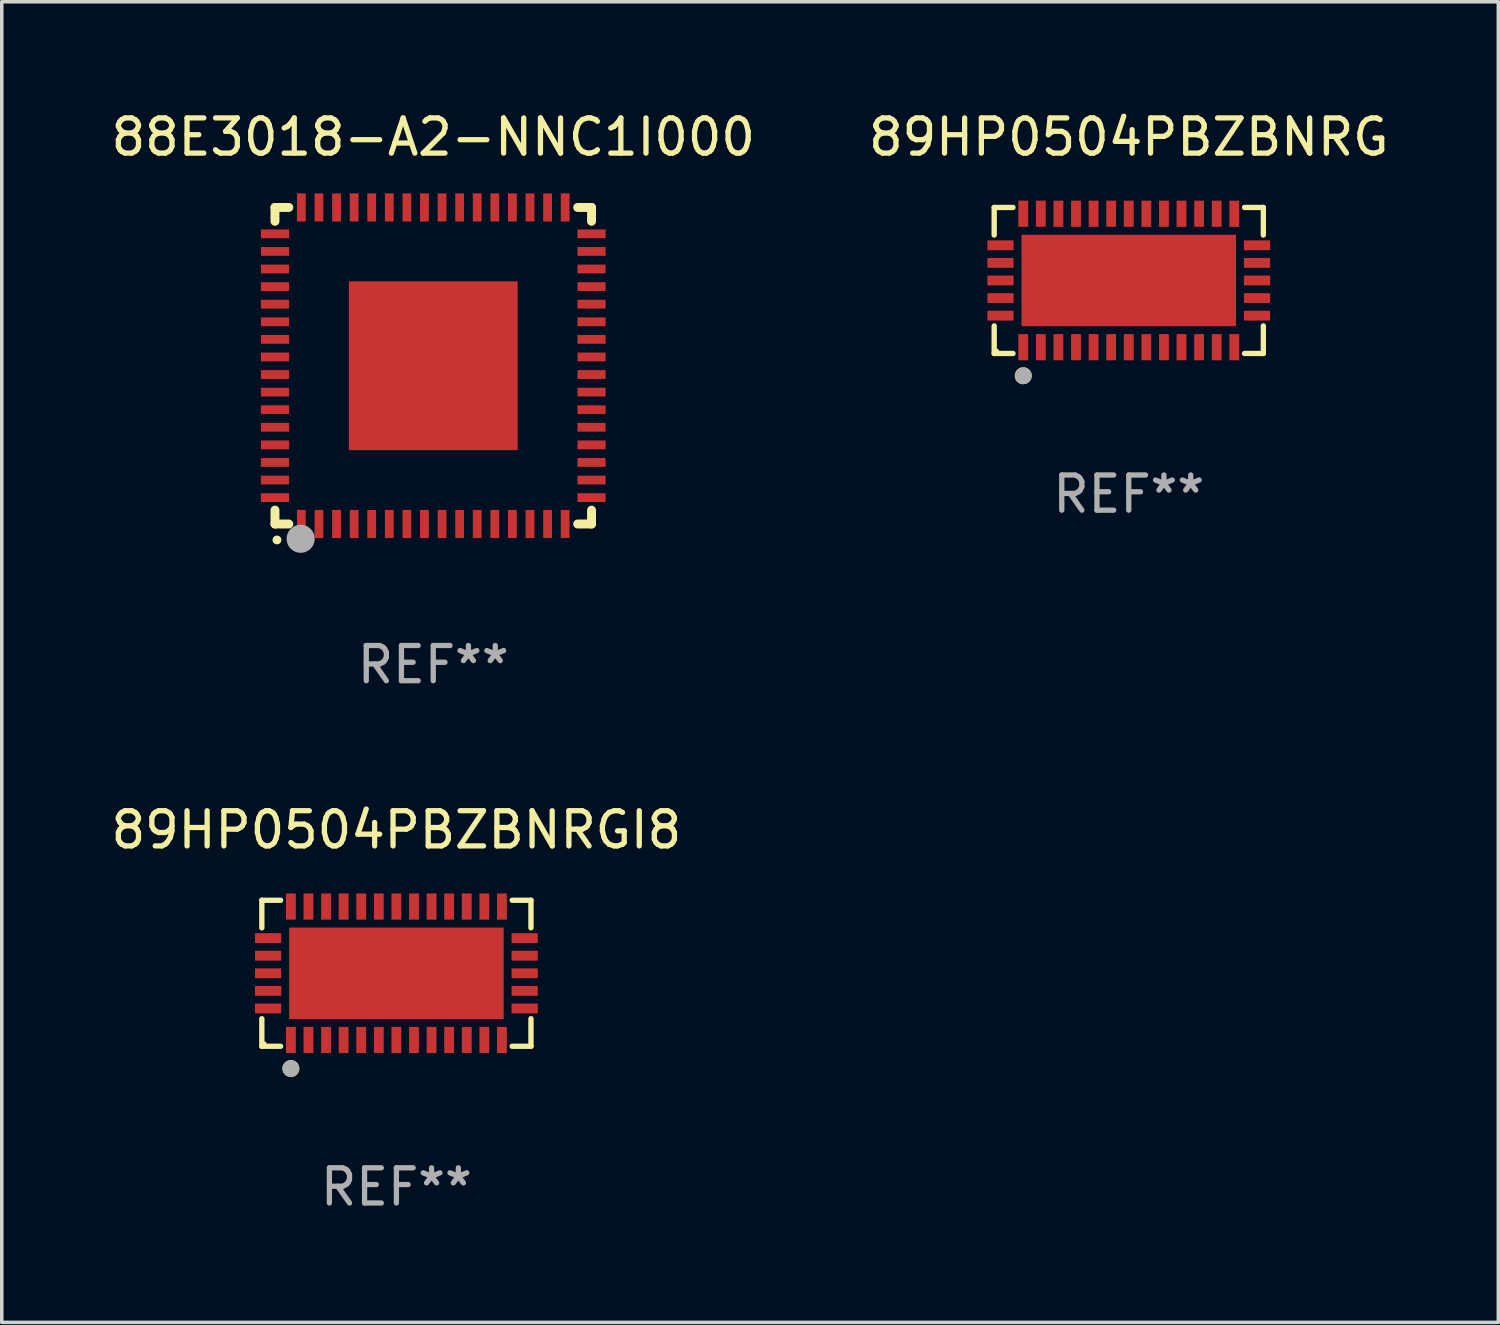
<source format=kicad_pcb>
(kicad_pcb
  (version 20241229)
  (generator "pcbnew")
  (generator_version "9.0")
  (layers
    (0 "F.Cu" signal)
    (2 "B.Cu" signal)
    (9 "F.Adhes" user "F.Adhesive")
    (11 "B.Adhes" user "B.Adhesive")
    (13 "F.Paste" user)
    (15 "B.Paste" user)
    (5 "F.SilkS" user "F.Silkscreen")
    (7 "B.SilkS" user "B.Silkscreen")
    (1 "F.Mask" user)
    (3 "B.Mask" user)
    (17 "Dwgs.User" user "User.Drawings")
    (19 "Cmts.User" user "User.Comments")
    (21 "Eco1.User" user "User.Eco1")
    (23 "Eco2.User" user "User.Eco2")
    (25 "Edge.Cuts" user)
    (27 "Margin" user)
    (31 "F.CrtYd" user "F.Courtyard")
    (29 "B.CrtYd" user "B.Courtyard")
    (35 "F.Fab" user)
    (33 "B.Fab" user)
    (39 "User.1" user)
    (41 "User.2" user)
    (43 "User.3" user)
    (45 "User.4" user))
  (footprint "89HP0504PBZBNRG"
    (layer "F.Cu")
    (at 29.042 4.924)
    (property "Reference" "89HP0504PBZBNRG" (at 0 -4.076 0) (layer "F.SilkS") (effects (font (size 1 1) (thickness 0.15))))
    (attr through_hole)
    (fp_line (start -3.826 -2.076) (end -3.826 -1.292) (stroke (width 0.152) (type solid)) (layer "F.SilkS"))
    (fp_line (start -3.826 2.076) (end -3.826 1.292) (stroke (width 0.152) (type solid)) (layer "F.SilkS"))
    (fp_line (start -3.292 -2.076) (end -3.826 -2.076) (stroke (width 0.152) (type solid)) (layer "F.SilkS"))
    (fp_line (start -3.292 2.076) (end -3.826 2.076) (stroke (width 0.152) (type solid)) (layer "F.SilkS"))
    (fp_line (start 3.292 -2.076) (end 3.826 -2.076) (stroke (width 0.152) (type solid)) (layer "F.SilkS"))
    (fp_line (start 3.292 2.076) (end 3.826 2.076) (stroke (width 0.152) (type solid)) (layer "F.SilkS"))
    (fp_line (start 3.826 -2.076) (end 3.826 -1.292) (stroke (width 0.152) (type solid)) (layer "F.SilkS"))
    (fp_line (start 3.826 2.076) (end 3.826 1.292) (stroke (width 0.152) (type solid)) (layer "F.SilkS"))
    (fp_circle (center -3.75 2) (end -3.72 2) (stroke (width 0.06) (type solid)) (fill no) (layer "F.SilkS"))
    (fp_circle (center -3 2.709) (end -2.88 2.709) (stroke (width 0.24) (type solid)) (fill no) (layer "F.SilkS"))
    (fp_circle (center -3 2.709) (end -2.88 2.709) (stroke (width 0.24) (type solid)) (fill no) (layer "F.Fab"))
    (fp_text user "REF**" (at 0 6.076 0) (layer "F.Fab") (effects (font (size 1 1) (thickness 0.15))))
    (pad "1" smd rect (at -3 1.897) (size 0.28 0.745) (layers "F.Cu" "F.Mask" "F.Paste"))
    (pad "2" smd rect (at -2.5 1.897) (size 0.28 0.745) (layers "F.Cu" "F.Mask" "F.Paste"))
    (pad "3" smd rect (at -2 1.897) (size 0.28 0.745) (layers "F.Cu" "F.Mask" "F.Paste"))
    (pad "4" smd rect (at -1.5 1.897) (size 0.28 0.745) (layers "F.Cu" "F.Mask" "F.Paste"))
    (pad "5" smd rect (at -1 1.897) (size 0.28 0.745) (layers "F.Cu" "F.Mask" "F.Paste"))
    (pad "6" smd rect (at -0.5 1.897) (size 0.28 0.745) (layers "F.Cu" "F.Mask" "F.Paste"))
    (pad "7" smd rect (at 0 1.897) (size 0.28 0.745) (layers "F.Cu" "F.Mask" "F.Paste"))
    (pad "8" smd rect (at 0.5 1.897) (size 0.28 0.745) (layers "F.Cu" "F.Mask" "F.Paste"))
    (pad "9" smd rect (at 1 1.897) (size 0.28 0.745) (layers "F.Cu" "F.Mask" "F.Paste"))
    (pad "10" smd rect (at 1.5 1.897) (size 0.28 0.745) (layers "F.Cu" "F.Mask" "F.Paste"))
    (pad "11" smd rect (at 2 1.897) (size 0.28 0.745) (layers "F.Cu" "F.Mask" "F.Paste"))
    (pad "12" smd rect (at 2.5 1.897) (size 0.28 0.745) (layers "F.Cu" "F.Mask" "F.Paste"))
    (pad "13" smd rect (at 3 1.897) (size 0.28 0.745) (layers "F.Cu" "F.Mask" "F.Paste"))
    (pad "14" smd rect (at 3.647 1) (size 0.745 0.28) (layers "F.Cu" "F.Mask" "F.Paste"))
    (pad "15" smd rect (at 3.647 0.5) (size 0.745 0.28) (layers "F.Cu" "F.Mask" "F.Paste"))
    (pad "16" smd rect (at 3.647 0) (size 0.745 0.28) (layers "F.Cu" "F.Mask" "F.Paste"))
    (pad "17" smd rect (at 3.647 -0.5) (size 0.745 0.28) (layers "F.Cu" "F.Mask" "F.Paste"))
    (pad "18" smd rect (at 3.647 -1) (size 0.745 0.28) (layers "F.Cu" "F.Mask" "F.Paste"))
    (pad "19" smd rect (at 3 -1.897) (size 0.28 0.745) (layers "F.Cu" "F.Mask" "F.Paste"))
    (pad "20" smd rect (at 2.5 -1.897) (size 0.28 0.745) (layers "F.Cu" "F.Mask" "F.Paste"))
    (pad "21" smd rect (at 2 -1.897) (size 0.28 0.745) (layers "F.Cu" "F.Mask" "F.Paste"))
    (pad "22" smd rect (at 1.5 -1.897) (size 0.28 0.745) (layers "F.Cu" "F.Mask" "F.Paste"))
    (pad "23" smd rect (at 1 -1.897) (size 0.28 0.745) (layers "F.Cu" "F.Mask" "F.Paste"))
    (pad "24" smd rect (at 0.5 -1.897) (size 0.28 0.745) (layers "F.Cu" "F.Mask" "F.Paste"))
    (pad "25" smd rect (at 0 -1.897) (size 0.28 0.745) (layers "F.Cu" "F.Mask" "F.Paste"))
    (pad "26" smd rect (at -0.5 -1.897) (size 0.28 0.745) (layers "F.Cu" "F.Mask" "F.Paste"))
    (pad "27" smd rect (at -1 -1.897) (size 0.28 0.745) (layers "F.Cu" "F.Mask" "F.Paste"))
    (pad "28" smd rect (at -1.5 -1.897) (size 0.28 0.745) (layers "F.Cu" "F.Mask" "F.Paste"))
    (pad "29" smd rect (at -2 -1.897) (size 0.28 0.745) (layers "F.Cu" "F.Mask" "F.Paste"))
    (pad "30" smd rect (at -2.5 -1.897) (size 0.28 0.745) (layers "F.Cu" "F.Mask" "F.Paste"))
    (pad "31" smd rect (at -3 -1.897) (size 0.28 0.745) (layers "F.Cu" "F.Mask" "F.Paste"))
    (pad "32" smd rect (at -3.647 -1) (size 0.745 0.28) (layers "F.Cu" "F.Mask" "F.Paste"))
    (pad "33" smd rect (at -3.647 -0.5) (size 0.745 0.28) (layers "F.Cu" "F.Mask" "F.Paste"))
    (pad "34" smd rect (at -3.647 0) (size 0.745 0.28) (layers "F.Cu" "F.Mask" "F.Paste"))
    (pad "35" smd rect (at -3.647 0.5) (size 0.745 0.28) (layers "F.Cu" "F.Mask" "F.Paste"))
    (pad "36" smd rect (at -3.647 1) (size 0.745 0.28) (layers "F.Cu" "F.Mask" "F.Paste"))
    (pad "37" smd rect (at 0 0) (size 6.1 2.6) (layers "F.Cu" "F.Mask" "F.Paste")))
  (footprint "89HP0504PBZBNRGI8"
    (layer "F.Cu")
    (at 8.22 24.621)
    (property "Reference" "89HP0504PBZBNRGI8" (at 0 -4.076 0) (layer "F.SilkS") (effects (font (size 1 1) (thickness 0.15))))
    (attr through_hole)
    (fp_line (start -3.826 -2.076) (end -3.826 -1.292) (stroke (width 0.152) (type solid)) (layer "F.SilkS"))
    (fp_line (start -3.826 2.076) (end -3.826 1.292) (stroke (width 0.152) (type solid)) (layer "F.SilkS"))
    (fp_line (start -3.292 -2.076) (end -3.826 -2.076) (stroke (width 0.152) (type solid)) (layer "F.SilkS"))
    (fp_line (start -3.292 2.076) (end -3.826 2.076) (stroke (width 0.152) (type solid)) (layer "F.SilkS"))
    (fp_line (start 3.292 -2.076) (end 3.826 -2.076) (stroke (width 0.152) (type solid)) (layer "F.SilkS"))
    (fp_line (start 3.292 2.076) (end 3.826 2.076) (stroke (width 0.152) (type solid)) (layer "F.SilkS"))
    (fp_line (start 3.826 -2.076) (end 3.826 -1.292) (stroke (width 0.152) (type solid)) (layer "F.SilkS"))
    (fp_line (start 3.826 2.076) (end 3.826 1.292) (stroke (width 0.152) (type solid)) (layer "F.SilkS"))
    (fp_circle (center -3.75 2) (end -3.72 2) (stroke (width 0.06) (type solid)) (fill no) (layer "F.SilkS"))
    (fp_circle (center -3 2.709) (end -2.88 2.709) (stroke (width 0.24) (type solid)) (fill no) (layer "F.SilkS"))
    (fp_circle (center -3 2.709) (end -2.88 2.709) (stroke (width 0.24) (type solid)) (fill no) (layer "F.Fab"))
    (fp_text user "REF**" (at 0 6.076 0) (layer "F.Fab") (effects (font (size 1 1) (thickness 0.15))))
    (pad "1" smd rect (at -3 1.897) (size 0.28 0.745) (layers "F.Cu" "F.Mask" "F.Paste"))
    (pad "2" smd rect (at -2.5 1.897) (size 0.28 0.745) (layers "F.Cu" "F.Mask" "F.Paste"))
    (pad "3" smd rect (at -2 1.897) (size 0.28 0.745) (layers "F.Cu" "F.Mask" "F.Paste"))
    (pad "4" smd rect (at -1.5 1.897) (size 0.28 0.745) (layers "F.Cu" "F.Mask" "F.Paste"))
    (pad "5" smd rect (at -1 1.897) (size 0.28 0.745) (layers "F.Cu" "F.Mask" "F.Paste"))
    (pad "6" smd rect (at -0.5 1.897) (size 0.28 0.745) (layers "F.Cu" "F.Mask" "F.Paste"))
    (pad "7" smd rect (at 0 1.897) (size 0.28 0.745) (layers "F.Cu" "F.Mask" "F.Paste"))
    (pad "8" smd rect (at 0.5 1.897) (size 0.28 0.745) (layers "F.Cu" "F.Mask" "F.Paste"))
    (pad "9" smd rect (at 1 1.897) (size 0.28 0.745) (layers "F.Cu" "F.Mask" "F.Paste"))
    (pad "10" smd rect (at 1.5 1.897) (size 0.28 0.745) (layers "F.Cu" "F.Mask" "F.Paste"))
    (pad "11" smd rect (at 2 1.897) (size 0.28 0.745) (layers "F.Cu" "F.Mask" "F.Paste"))
    (pad "12" smd rect (at 2.5 1.897) (size 0.28 0.745) (layers "F.Cu" "F.Mask" "F.Paste"))
    (pad "13" smd rect (at 3 1.897) (size 0.28 0.745) (layers "F.Cu" "F.Mask" "F.Paste"))
    (pad "14" smd rect (at 3.647 1) (size 0.745 0.28) (layers "F.Cu" "F.Mask" "F.Paste"))
    (pad "15" smd rect (at 3.647 0.5) (size 0.745 0.28) (layers "F.Cu" "F.Mask" "F.Paste"))
    (pad "16" smd rect (at 3.647 0) (size 0.745 0.28) (layers "F.Cu" "F.Mask" "F.Paste"))
    (pad "17" smd rect (at 3.647 -0.5) (size 0.745 0.28) (layers "F.Cu" "F.Mask" "F.Paste"))
    (pad "18" smd rect (at 3.647 -1) (size 0.745 0.28) (layers "F.Cu" "F.Mask" "F.Paste"))
    (pad "19" smd rect (at 3 -1.897) (size 0.28 0.745) (layers "F.Cu" "F.Mask" "F.Paste"))
    (pad "20" smd rect (at 2.5 -1.897) (size 0.28 0.745) (layers "F.Cu" "F.Mask" "F.Paste"))
    (pad "21" smd rect (at 2 -1.897) (size 0.28 0.745) (layers "F.Cu" "F.Mask" "F.Paste"))
    (pad "22" smd rect (at 1.5 -1.897) (size 0.28 0.745) (layers "F.Cu" "F.Mask" "F.Paste"))
    (pad "23" smd rect (at 1 -1.897) (size 0.28 0.745) (layers "F.Cu" "F.Mask" "F.Paste"))
    (pad "24" smd rect (at 0.5 -1.897) (size 0.28 0.745) (layers "F.Cu" "F.Mask" "F.Paste"))
    (pad "25" smd rect (at 0 -1.897) (size 0.28 0.745) (layers "F.Cu" "F.Mask" "F.Paste"))
    (pad "26" smd rect (at -0.5 -1.897) (size 0.28 0.745) (layers "F.Cu" "F.Mask" "F.Paste"))
    (pad "27" smd rect (at -1 -1.897) (size 0.28 0.745) (layers "F.Cu" "F.Mask" "F.Paste"))
    (pad "28" smd rect (at -1.5 -1.897) (size 0.28 0.745) (layers "F.Cu" "F.Mask" "F.Paste"))
    (pad "29" smd rect (at -2 -1.897) (size 0.28 0.745) (layers "F.Cu" "F.Mask" "F.Paste"))
    (pad "30" smd rect (at -2.5 -1.897) (size 0.28 0.745) (layers "F.Cu" "F.Mask" "F.Paste"))
    (pad "31" smd rect (at -3 -1.897) (size 0.28 0.745) (layers "F.Cu" "F.Mask" "F.Paste"))
    (pad "32" smd rect (at -3.647 -1) (size 0.745 0.28) (layers "F.Cu" "F.Mask" "F.Paste"))
    (pad "33" smd rect (at -3.647 -0.5) (size 0.745 0.28) (layers "F.Cu" "F.Mask" "F.Paste"))
    (pad "34" smd rect (at -3.647 0) (size 0.745 0.28) (layers "F.Cu" "F.Mask" "F.Paste"))
    (pad "35" smd rect (at -3.647 0.5) (size 0.745 0.28) (layers "F.Cu" "F.Mask" "F.Paste"))
    (pad "36" smd rect (at -3.647 1) (size 0.745 0.28) (layers "F.Cu" "F.Mask" "F.Paste"))
    (pad "37" smd rect (at 0 0) (size 6.1 2.6) (layers "F.Cu" "F.Mask" "F.Paste")))
  (footprint "88E3018-A2-NNC1I000"
    (layer "F.Cu")
    (at 9.268 7.348)
    (property "Reference" "88E3018-A2-NNC1I000" (at 0 -6.5 0) (layer "F.SilkS") (effects (font (size 1 1) (thickness 0.15))))
    (attr through_hole)
    (fp_line (start -4.5 -4.5) (end -4.106 -4.5) (stroke (width 0.254) (type solid)) (layer "F.SilkS"))
    (fp_line (start -4.5 -4.106) (end -4.5 -4.5) (stroke (width 0.254) (type solid)) (layer "F.SilkS"))
    (fp_line (start -4.5 4.5) (end -4.5 4.106) (stroke (width 0.254) (type solid)) (layer "F.SilkS"))
    (fp_line (start -4.106 4.5) (end -4.5 4.5) (stroke (width 0.254) (type solid)) (layer "F.SilkS"))
    (fp_line (start 4.106 -4.5) (end 4.5 -4.5) (stroke (width 0.254) (type solid)) (layer "F.SilkS"))
    (fp_line (start 4.5 -4.5) (end 4.5 -4.106) (stroke (width 0.254) (type solid)) (layer "F.SilkS"))
    (fp_line (start 4.5 4.106) (end 4.5 4.5) (stroke (width 0.254) (type solid)) (layer "F.SilkS"))
    (fp_line (start 4.5 4.5) (end 4.106 4.5) (stroke (width 0.254) (type solid)) (layer "F.SilkS"))
    (fp_arc (start -4.444945 4.953073) (mid -4.443675 4.953067) (end -4.442405 4.953073) (stroke (width 0.24892) (type solid)) (layer "F.SilkS"))
    (fp_circle (center -4.5 4.5) (end -4.47 4.5) (stroke (width 0.06) (type solid)) (fill no) (layer "F.SilkS"))
    (fp_circle (center -3.77 4.92) (end -3.57 4.92) (stroke (width 0.4) (type solid)) (fill no) (layer "F.Fab"))
    (fp_text user "REF**" (at 0 8.5 0) (layer "F.Fab") (effects (font (size 1 1) (thickness 0.15))))
    (pad "1" smd rect (at -3.75 4.5 90) (size 0.8 0.25) (layers "F.Cu" "F.Mask" "F.Paste"))
    (pad "2" smd rect (at -3.25 4.5 90) (size 0.8 0.25) (layers "F.Cu" "F.Mask" "F.Paste"))
    (pad "3" smd rect (at -2.75 4.5 90) (size 0.8 0.25) (layers "F.Cu" "F.Mask" "F.Paste"))
    (pad "4" smd rect (at -2.25 4.5 90) (size 0.8 0.25) (layers "F.Cu" "F.Mask" "F.Paste"))
    (pad "5" smd rect (at -1.75 4.5 90) (size 0.8 0.25) (layers "F.Cu" "F.Mask" "F.Paste"))
    (pad "6" smd rect (at -1.25 4.5 90) (size 0.8 0.25) (layers "F.Cu" "F.Mask" "F.Paste"))
    (pad "7" smd rect (at -0.75 4.5 90) (size 0.8 0.25) (layers "F.Cu" "F.Mask" "F.Paste"))
    (pad "8" smd rect (at -0.25 4.5 90) (size 0.8 0.25) (layers "F.Cu" "F.Mask" "F.Paste"))
    (pad "9" smd rect (at 0.25 4.5 90) (size 0.8 0.25) (layers "F.Cu" "F.Mask" "F.Paste"))
    (pad "10" smd rect (at 0.75 4.5 90) (size 0.8 0.25) (layers "F.Cu" "F.Mask" "F.Paste"))
    (pad "11" smd rect (at 1.25 4.5 90) (size 0.8 0.25) (layers "F.Cu" "F.Mask" "F.Paste"))
    (pad "12" smd rect (at 1.75 4.5 90) (size 0.8 0.25) (layers "F.Cu" "F.Mask" "F.Paste"))
    (pad "13" smd rect (at 2.25 4.5 90) (size 0.8 0.25) (layers "F.Cu" "F.Mask" "F.Paste"))
    (pad "14" smd rect (at 2.75 4.5 90) (size 0.8 0.25) (layers "F.Cu" "F.Mask" "F.Paste"))
    (pad "15" smd rect (at 3.25 4.5 90) (size 0.8 0.25) (layers "F.Cu" "F.Mask" "F.Paste"))
    (pad "16" smd rect (at 3.75 4.5 90) (size 0.8 0.25) (layers "F.Cu" "F.Mask" "F.Paste"))
    (pad "17" smd rect (at 4.5 3.75) (size 0.8 0.25) (layers "F.Cu" "F.Mask" "F.Paste"))
    (pad "18" smd rect (at 4.5 3.25) (size 0.8 0.25) (layers "F.Cu" "F.Mask" "F.Paste"))
    (pad "19" smd rect (at 4.5 2.75) (size 0.8 0.25) (layers "F.Cu" "F.Mask" "F.Paste"))
    (pad "20" smd rect (at 4.5 2.25) (size 0.8 0.25) (layers "F.Cu" "F.Mask" "F.Paste"))
    (pad "21" smd rect (at 4.5 1.75) (size 0.8 0.25) (layers "F.Cu" "F.Mask" "F.Paste"))
    (pad "22" smd rect (at 4.5 1.25) (size 0.8 0.25) (layers "F.Cu" "F.Mask" "F.Paste"))
    (pad "23" smd rect (at 4.5 0.75) (size 0.8 0.25) (layers "F.Cu" "F.Mask" "F.Paste"))
    (pad "24" smd rect (at 4.5 0.25) (size 0.8 0.25) (layers "F.Cu" "F.Mask" "F.Paste"))
    (pad "25" smd rect (at 4.5 -0.25) (size 0.8 0.25) (layers "F.Cu" "F.Mask" "F.Paste"))
    (pad "26" smd rect (at 4.5 -0.75) (size 0.8 0.25) (layers "F.Cu" "F.Mask" "F.Paste"))
    (pad "27" smd rect (at 4.5 -1.25) (size 0.8 0.25) (layers "F.Cu" "F.Mask" "F.Paste"))
    (pad "28" smd rect (at 4.5 -1.75) (size 0.8 0.25) (layers "F.Cu" "F.Mask" "F.Paste"))
    (pad "29" smd rect (at 4.5 -2.25) (size 0.8 0.25) (layers "F.Cu" "F.Mask" "F.Paste"))
    (pad "30" smd rect (at 4.5 -2.75) (size 0.8 0.25) (layers "F.Cu" "F.Mask" "F.Paste"))
    (pad "31" smd rect (at 4.5 -3.25) (size 0.8 0.25) (layers "F.Cu" "F.Mask" "F.Paste"))
    (pad "32" smd rect (at 4.5 -3.75) (size 0.8 0.25) (layers "F.Cu" "F.Mask" "F.Paste"))
    (pad "33" smd rect (at 3.75 -4.5 90) (size 0.8 0.25) (layers "F.Cu" "F.Mask" "F.Paste"))
    (pad "34" smd rect (at 3.25 -4.5 90) (size 0.8 0.25) (layers "F.Cu" "F.Mask" "F.Paste"))
    (pad "35" smd rect (at 2.75 -4.5 90) (size 0.8 0.25) (layers "F.Cu" "F.Mask" "F.Paste"))
    (pad "36" smd rect (at 2.25 -4.5 90) (size 0.8 0.25) (layers "F.Cu" "F.Mask" "F.Paste"))
    (pad "37" smd rect (at 1.75 -4.5 90) (size 0.8 0.25) (layers "F.Cu" "F.Mask" "F.Paste"))
    (pad "38" smd rect (at 1.25 -4.5 90) (size 0.8 0.25) (layers "F.Cu" "F.Mask" "F.Paste"))
    (pad "39" smd rect (at 0.75 -4.5 90) (size 0.8 0.25) (layers "F.Cu" "F.Mask" "F.Paste"))
    (pad "40" smd rect (at 0.25 -4.5 90) (size 0.8 0.25) (layers "F.Cu" "F.Mask" "F.Paste"))
    (pad "41" smd rect (at -0.25 -4.5 90) (size 0.8 0.25) (layers "F.Cu" "F.Mask" "F.Paste"))
    (pad "42" smd rect (at -0.75 -4.5 90) (size 0.8 0.25) (layers "F.Cu" "F.Mask" "F.Paste"))
    (pad "43" smd rect (at -1.25 -4.5 90) (size 0.8 0.25) (layers "F.Cu" "F.Mask" "F.Paste"))
    (pad "44" smd rect (at -1.75 -4.5 90) (size 0.8 0.25) (layers "F.Cu" "F.Mask" "F.Paste"))
    (pad "45" smd rect (at -2.25 -4.5 90) (size 0.8 0.25) (layers "F.Cu" "F.Mask" "F.Paste"))
    (pad "46" smd rect (at -2.75 -4.5 90) (size 0.8 0.25) (layers "F.Cu" "F.Mask" "F.Paste"))
    (pad "47" smd rect (at -3.25 -4.5 90) (size 0.8 0.25) (layers "F.Cu" "F.Mask" "F.Paste"))
    (pad "48" smd rect (at -3.75 -4.5 90) (size 0.8 0.25) (layers "F.Cu" "F.Mask" "F.Paste"))
    (pad "49" smd rect (at -4.5 -3.75) (size 0.8 0.25) (layers "F.Cu" "F.Mask" "F.Paste"))
    (pad "50" smd rect (at -4.5 -3.25) (size 0.8 0.25) (layers "F.Cu" "F.Mask" "F.Paste"))
    (pad "51" smd rect (at -4.5 -2.75) (size 0.8 0.25) (layers "F.Cu" "F.Mask" "F.Paste"))
    (pad "52" smd rect (at -4.5 -2.25) (size 0.8 0.25) (layers "F.Cu" "F.Mask" "F.Paste"))
    (pad "53" smd rect (at -4.5 -1.75) (size 0.8 0.25) (layers "F.Cu" "F.Mask" "F.Paste"))
    (pad "54" smd rect (at -4.5 -1.25) (size 0.8 0.25) (layers "F.Cu" "F.Mask" "F.Paste"))
    (pad "55" smd rect (at -4.5 -0.75) (size 0.8 0.25) (layers "F.Cu" "F.Mask" "F.Paste"))
    (pad "56" smd rect (at -4.5 -0.25) (size 0.8 0.25) (layers "F.Cu" "F.Mask" "F.Paste"))
    (pad "57" smd rect (at -4.5 0.25) (size 0.8 0.25) (layers "F.Cu" "F.Mask" "F.Paste"))
    (pad "58" smd rect (at -4.5 0.75) (size 0.8 0.25) (layers "F.Cu" "F.Mask" "F.Paste"))
    (pad "59" smd rect (at -4.5 1.25) (size 0.8 0.25) (layers "F.Cu" "F.Mask" "F.Paste"))
    (pad "60" smd rect (at -4.5 1.75) (size 0.8 0.25) (layers "F.Cu" "F.Mask" "F.Paste"))
    (pad "61" smd rect (at -4.5 2.25) (size 0.8 0.25) (layers "F.Cu" "F.Mask" "F.Paste"))
    (pad "62" smd rect (at -4.5 2.75) (size 0.8 0.25) (layers "F.Cu" "F.Mask" "F.Paste"))
    (pad "63" smd rect (at -4.5 3.25) (size 0.8 0.25) (layers "F.Cu" "F.Mask" "F.Paste"))
    (pad "64" smd rect (at -4.5 3.75) (size 0.8 0.25) (layers "F.Cu" "F.Mask" "F.Paste"))
    (pad "65" smd rect (at 0.000191 -0.000064) (size 4.8 4.8) (layers "F.Cu" "F.Mask" "F.Paste")))
  (gr_rect
    (start -3 -3)
    (end 39.548 34.546)
    (stroke (width 0.1) (type default))
    (fill no)
    (layer "Edge.Cuts")))
</source>
